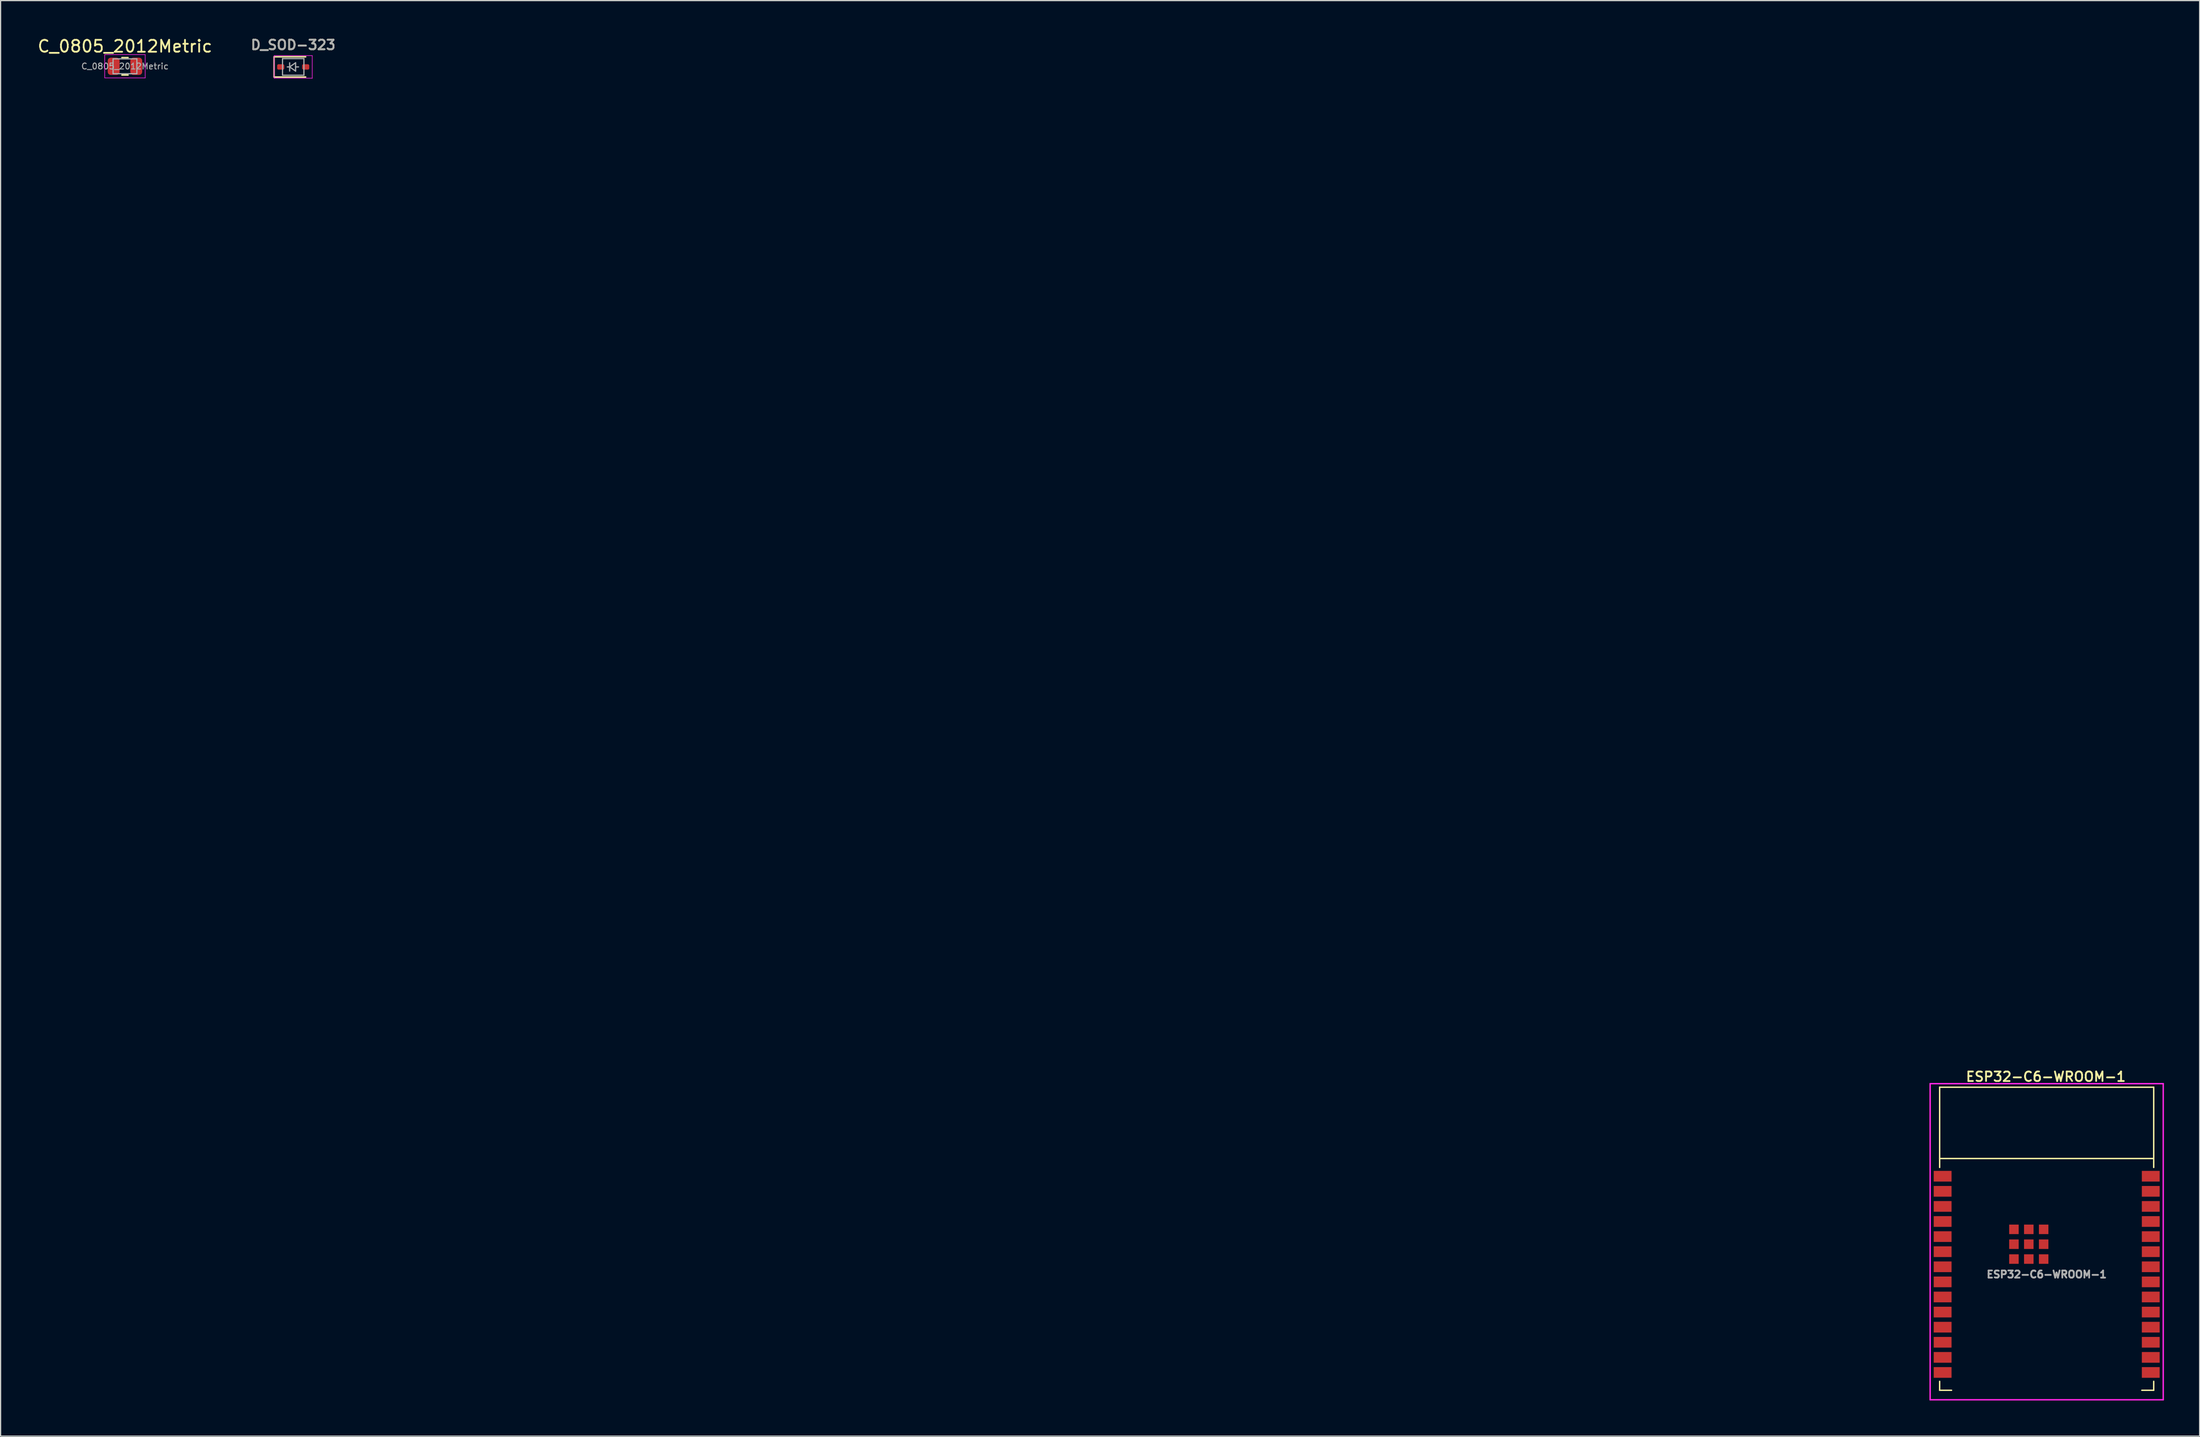
<source format=kicad_pcb>
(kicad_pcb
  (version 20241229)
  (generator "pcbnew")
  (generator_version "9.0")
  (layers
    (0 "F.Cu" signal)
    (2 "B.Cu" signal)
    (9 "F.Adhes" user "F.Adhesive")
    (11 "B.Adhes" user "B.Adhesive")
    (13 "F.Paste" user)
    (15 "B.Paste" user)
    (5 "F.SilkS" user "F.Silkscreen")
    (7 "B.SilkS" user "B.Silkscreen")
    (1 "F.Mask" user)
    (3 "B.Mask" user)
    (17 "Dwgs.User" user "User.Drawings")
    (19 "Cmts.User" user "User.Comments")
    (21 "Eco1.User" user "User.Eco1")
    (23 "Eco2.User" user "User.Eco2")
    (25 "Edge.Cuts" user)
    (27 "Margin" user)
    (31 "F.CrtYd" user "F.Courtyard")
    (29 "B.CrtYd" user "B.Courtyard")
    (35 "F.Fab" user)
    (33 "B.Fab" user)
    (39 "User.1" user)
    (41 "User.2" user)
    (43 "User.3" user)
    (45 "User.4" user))
  (footprint "D_SOD-323"
    (layer "F.Cu")
    (at 21.605 2.581)
    (property "Reference" "D_SOD-323" (at 0 -1.85 0) (layer "F.SilkS") (effects (font (size 0.8 0.8) (thickness 0.15))))
    (attr smd)
    (fp_line (start -1.61 0.85) (end -1.61 -0.85) (stroke (width 0.12) (type solid)) (layer "F.SilkS"))
    (fp_line (start 1.05 -0.85) (end -1.61 -0.85) (stroke (width 0.12) (type solid)) (layer "F.SilkS"))
    (fp_line (start 1.05 0.85) (end -1.61 0.85) (stroke (width 0.12) (type solid)) (layer "F.SilkS"))
    (fp_line (start -1.6 0.95) (end -1.6 -0.95) (stroke (width 0.05) (type solid)) (layer "F.CrtYd"))
    (fp_line (start 1.6 -0.95) (end -1.6 -0.95) (stroke (width 0.05) (type solid)) (layer "F.CrtYd"))
    (fp_line (start 1.6 0.95) (end -1.6 0.95) (stroke (width 0.05) (type solid)) (layer "F.CrtYd"))
    (fp_line (start 1.6 0.95) (end 1.6 -0.95) (stroke (width 0.05) (type solid)) (layer "F.CrtYd"))
    (fp_line (start -0.9 -0.7) (end -0.9 0.7) (stroke (width 0.1) (type solid)) (layer "F.Fab"))
    (fp_line (start -0.9 0.7) (end 0.9 0.7) (stroke (width 0.1) (type solid)) (layer "F.Fab"))
    (fp_line (start -0.5 0) (end -0.3 0) (stroke (width 0.1) (type solid)) (layer "F.Fab"))
    (fp_line (start -0.3 0) (end 0.2 0.35) (stroke (width 0.1) (type solid)) (layer "F.Fab"))
    (fp_line (start -0.3 0.35) (end -0.3 -0.35) (stroke (width 0.1) (type solid)) (layer "F.Fab"))
    (fp_line (start 0.2 -0.35) (end -0.3 0) (stroke (width 0.1) (type solid)) (layer "F.Fab"))
    (fp_line (start 0.2 0.35) (end 0.2 -0.35) (stroke (width 0.1) (type solid)) (layer "F.Fab"))
    (fp_line (start 0.45 0) (end 0.2 0) (stroke (width 0.1) (type solid)) (layer "F.Fab"))
    (fp_line (start 0.9 -0.7) (end -0.9 -0.7) (stroke (width 0.1) (type solid)) (layer "F.Fab"))
    (fp_line (start 0.9 0.7) (end 0.9 -0.7) (stroke (width 0.1) (type solid)) (layer "F.Fab"))
    (fp_text user "${REFERENCE}" (at 0 -1.85 0) (layer "F.Fab") (effects (font (size 0.8 0.8) (thickness 0.15))))
    (pad "1" smd roundrect (at -1.05 0) (size 0.6 0.45) (layers "F.Cu" "F.Mask" "F.Paste") (roundrect_rratio 0.25))
    (pad "2" smd roundrect (at 1.05 0) (size 0.6 0.45) (layers "F.Cu" "F.Mask" "F.Paste") (roundrect_rratio 0.25)))
  (footprint "ESP32-C6-WROOM-1"
    (layer "F.Cu")
    (at 169.047 104.178)
    (property "Reference" "ESP32-C6-WROOM-1" (at -0.071 -16.635 0) (layer "F.SilkS") (effects (font (size 0.8 0.8) (thickness 0.15))))
    (attr smd)
    (fp_line (start -9 -15.75) (end -9 -9) (stroke (width 0.12) (type solid)) (layer "F.SilkS"))
    (fp_line (start -9 -15.75) (end 9 -15.75) (stroke (width 0.12) (type solid)) (layer "F.SilkS"))
    (fp_line (start -9 9) (end -9 9.75) (stroke (width 0.12) (type solid)) (layer "F.SilkS"))
    (fp_line (start -9 9.75) (end -8 9.75) (stroke (width 0.12) (type solid)) (layer "F.SilkS"))
    (fp_line (start 9 -15.75) (end 9 -9) (stroke (width 0.12) (type solid)) (layer "F.SilkS"))
    (fp_line (start 9 -9.75) (end -9 -9.75) (stroke (width 0.12) (type solid)) (layer "F.SilkS"))
    (fp_line (start 9 9) (end 9 9.75) (stroke (width 0.12) (type solid)) (layer "F.SilkS"))
    (fp_line (start 9 9.75) (end 8 9.75) (stroke (width 0.12) (type solid)) (layer "F.SilkS"))
    (fp_line (start -9 -15.75) (end 9 -15.75) (stroke (width 0.12) (type solid)) (layer "Eco2.User"))
    (fp_line (start -9 -9.75) (end 9 -9.75) (stroke (width 0.12) (type solid)) (layer "Eco2.User"))
    (fp_line (start -9 9.75) (end -9 -15.75) (stroke (width 0.12) (type solid)) (layer "Eco2.User"))
    (fp_line (start 9 -15.75) (end 9 9.75) (stroke (width 0.12) (type solid)) (layer "Eco2.User"))
    (fp_line (start 9 9.75) (end -9 9.75) (stroke (width 0.12) (type solid)) (layer "Eco2.User"))
    (fp_line (start -9.8 -16.05) (end -9.8 10.55) (stroke (width 0.12) (type solid)) (layer "F.CrtYd"))
    (fp_line (start -9.8 10.55) (end 9.8 10.55) (stroke (width 0.12) (type solid)) (layer "F.CrtYd"))
    (fp_line (start 9.8 -16.05) (end -9.8 -16.05) (stroke (width 0.12) (type solid)) (layer "F.CrtYd"))
    (fp_line (start 9.8 -16.05) (end 9.8 10.55) (stroke (width 0.12) (type solid)) (layer "F.CrtYd"))
    (fp_text user "Antenna Area" (at 0 -12.75 0) (unlocked yes) (layer "Eco2.User") (effects (font (size 0.6 0.6) (thickness 0.15)) (justify mirror)))
    (fp_text user "${REFERENCE}" (at 0 0 0) (unlocked yes) (layer "F.Fab") (effects (font (size 0.6 0.6) (thickness 0.15))))
    (pad "1" smd rect (at -8.75 -8.26) (size 1.5 0.9) (layers "F.Cu" "F.Mask" "F.Paste"))
    (pad "2" smd rect (at -8.75 -6.99) (size 1.5 0.9) (layers "F.Cu" "F.Mask" "F.Paste"))
    (pad "3" smd rect (at -8.75 -5.72) (size 1.5 0.9) (layers "F.Cu" "F.Mask" "F.Paste"))
    (pad "4" smd rect (at -8.75 -4.45) (size 1.5 0.9) (layers "F.Cu" "F.Mask" "F.Paste"))
    (pad "5" smd rect (at -8.75 -3.18) (size 1.5 0.9) (layers "F.Cu" "F.Mask" "F.Paste"))
    (pad "6" smd rect (at -8.75 -1.91) (size 1.5 0.9) (layers "F.Cu" "F.Mask" "F.Paste"))
    (pad "7" smd rect (at -8.75 -0.64) (size 1.5 0.9) (layers "F.Cu" "F.Mask" "F.Paste"))
    (pad "8" smd rect (at -8.75 0.63) (size 1.5 0.9) (layers "F.Cu" "F.Mask" "F.Paste"))
    (pad "9" smd rect (at -8.75 1.9) (size 1.5 0.9) (layers "F.Cu" "F.Mask" "F.Paste"))
    (pad "10" smd rect (at -8.75 3.17) (size 1.5 0.9) (layers "F.Cu" "F.Mask" "F.Paste"))
    (pad "11" smd rect (at -8.75 4.44) (size 1.5 0.9) (layers "F.Cu" "F.Mask" "F.Paste"))
    (pad "12" smd rect (at -8.75 5.71) (size 1.5 0.9) (layers "F.Cu" "F.Mask" "F.Paste"))
    (pad "13" smd rect (at -8.75 6.98) (size 1.5 0.9) (layers "F.Cu" "F.Mask" "F.Paste"))
    (pad "14" smd rect (at -8.75 8.25) (size 1.5 0.9) (layers "F.Cu" "F.Mask" "F.Paste"))
    (pad "15" smd rect (at 8.75 8.25 180) (size 1.5 0.9) (layers "F.Cu" "F.Mask" "F.Paste"))
    (pad "16" smd rect (at 8.75 6.98 180) (size 1.5 0.9) (layers "F.Cu" "F.Mask" "F.Paste"))
    (pad "17" smd rect (at 8.75 5.71 180) (size 1.5 0.9) (layers "F.Cu" "F.Mask" "F.Paste"))
    (pad "18" smd rect (at 8.75 4.44 180) (size 1.5 0.9) (layers "F.Cu" "F.Mask" "F.Paste"))
    (pad "19" smd rect (at 8.75 3.17 180) (size 1.5 0.9) (layers "F.Cu" "F.Mask" "F.Paste"))
    (pad "20" smd rect (at 8.75 1.9 180) (size 1.5 0.9) (layers "F.Cu" "F.Mask" "F.Paste"))
    (pad "21" smd rect (at 8.75 0.63 180) (size 1.5 0.9) (layers "F.Cu" "F.Mask" "F.Paste"))
    (pad "22" smd rect (at 8.75 -0.64 180) (size 1.5 0.9) (layers "F.Cu" "F.Mask" "F.Paste"))
    (pad "23" smd rect (at 8.75 -1.91 180) (size 1.5 0.9) (layers "F.Cu" "F.Mask" "F.Paste"))
    (pad "24" smd rect (at 8.75 -3.18 180) (size 1.5 0.9) (layers "F.Cu" "F.Mask" "F.Paste"))
    (pad "25" smd rect (at 8.75 -4.45 180) (size 1.5 0.9) (layers "F.Cu" "F.Mask" "F.Paste"))
    (pad "26" smd rect (at 8.75 -5.72 180) (size 1.5 0.9) (layers "F.Cu" "F.Mask" "F.Paste"))
    (pad "27" smd rect (at 8.75 -6.99 180) (size 1.5 0.9) (layers "F.Cu" "F.Mask" "F.Paste"))
    (pad "28" smd rect (at 8.75 -8.26 180) (size 1.5 0.9) (layers "F.Cu" "F.Mask" "F.Paste"))
    (pad "29" smd rect (at -2.755 -3.79 180) (size 0.8 0.8) (layers "F.Cu" "F.Mask" "F.Paste"))
    (pad "29" smd rect (at -2.755 -2.54 180) (size 0.8 0.8) (layers "F.Cu" "F.Mask" "F.Paste"))
    (pad "29" smd rect (at -2.755 -1.29 180) (size 0.8 0.8) (layers "F.Cu" "F.Mask" "F.Paste"))
    (pad "29" smd rect (at -1.505 -3.79 180) (size 0.8 0.8) (layers "F.Cu" "F.Mask" "F.Paste"))
    (pad "29" smd rect (at -1.505 -2.54 180) (size 0.8 0.8) (layers "F.Cu" "F.Mask" "F.Paste"))
    (pad "29" smd rect (at -1.505 -1.29 180) (size 0.8 0.8) (layers "F.Cu" "F.Mask" "F.Paste"))
    (pad "29" smd rect (at -0.255 -3.79 180) (size 0.8 0.8) (layers "F.Cu" "F.Mask" "F.Paste"))
    (pad "29" smd rect (at -0.255 -2.54 180) (size 0.8 0.8) (layers "F.Cu" "F.Mask" "F.Paste"))
    (pad "29" smd rect (at -0.255 -1.29 180) (size 0.8 0.8) (layers "F.Cu" "F.Mask" "F.Paste"))
    (zone (net_name "") (layers "F.Cu" "B.Cu") (name "antenna keepout") (hatch edge 0.508) (connect_pads) (min_thickness 0.254) (filled_areas_thickness no) (keepout (tracks not_allowed) (vias not_allowed) (pads not_allowed) (copperpour not_allowed) (footprints not_allowed)) (placement (enabled no)) (fill) (polygon (pts (xy 46.292 6) (xy 28.292 6) (xy 28.292 0) (xy 46.292 0)))))
  (footprint "C_0805_2012Metric"
    (layer "F.Cu")
    (at 7.458 2.528)
    (property "Reference" "C_0805_2012Metric" (at 0 -1.68 0) (layer "F.SilkS") (effects (font (size 1 1) (thickness 0.15))))
    (attr smd)
    (fp_line (start -0.261 -0.735) (end 0.261 -0.735) (stroke (width 0.12) (type solid)) (layer "F.SilkS"))
    (fp_line (start -0.261 0.735) (end 0.261 0.735) (stroke (width 0.12) (type solid)) (layer "F.SilkS"))
    (fp_line (start -1.7 -0.98) (end 1.7 -0.98) (stroke (width 0.05) (type solid)) (layer "F.CrtYd"))
    (fp_line (start -1.7 0.98) (end -1.7 -0.98) (stroke (width 0.05) (type solid)) (layer "F.CrtYd"))
    (fp_line (start 1.7 -0.98) (end 1.7 0.98) (stroke (width 0.05) (type solid)) (layer "F.CrtYd"))
    (fp_line (start 1.7 0.98) (end -1.7 0.98) (stroke (width 0.05) (type solid)) (layer "F.CrtYd"))
    (fp_line (start -1 -0.625) (end 1 -0.625) (stroke (width 0.1) (type solid)) (layer "F.Fab"))
    (fp_line (start -1 0.625) (end -1 -0.625) (stroke (width 0.1) (type solid)) (layer "F.Fab"))
    (fp_line (start 1 -0.625) (end 1 0.625) (stroke (width 0.1) (type solid)) (layer "F.Fab"))
    (fp_line (start 1 0.625) (end -1 0.625) (stroke (width 0.1) (type solid)) (layer "F.Fab"))
    (fp_text user "${REFERENCE}" (at 0 0 0) (layer "F.Fab") (effects (font (size 0.5 0.5) (thickness 0.08))))
    (pad "1" smd roundrect (at -0.95 0 180) (size 1 1.45) (layers "F.Cu" "F.Mask" "F.Paste") (roundrect_rratio 0.25))
    (pad "2" smd roundrect (at 0.95 0 180) (size 1 1.45) (layers "F.Cu" "F.Mask" "F.Paste") (roundrect_rratio 0.25)))
  (gr_rect
    (start -3 -3)
    (end 181.907 117.788)
    (stroke (width 0.1) (type default))
    (fill no)
    (layer "Edge.Cuts")))
</source>
